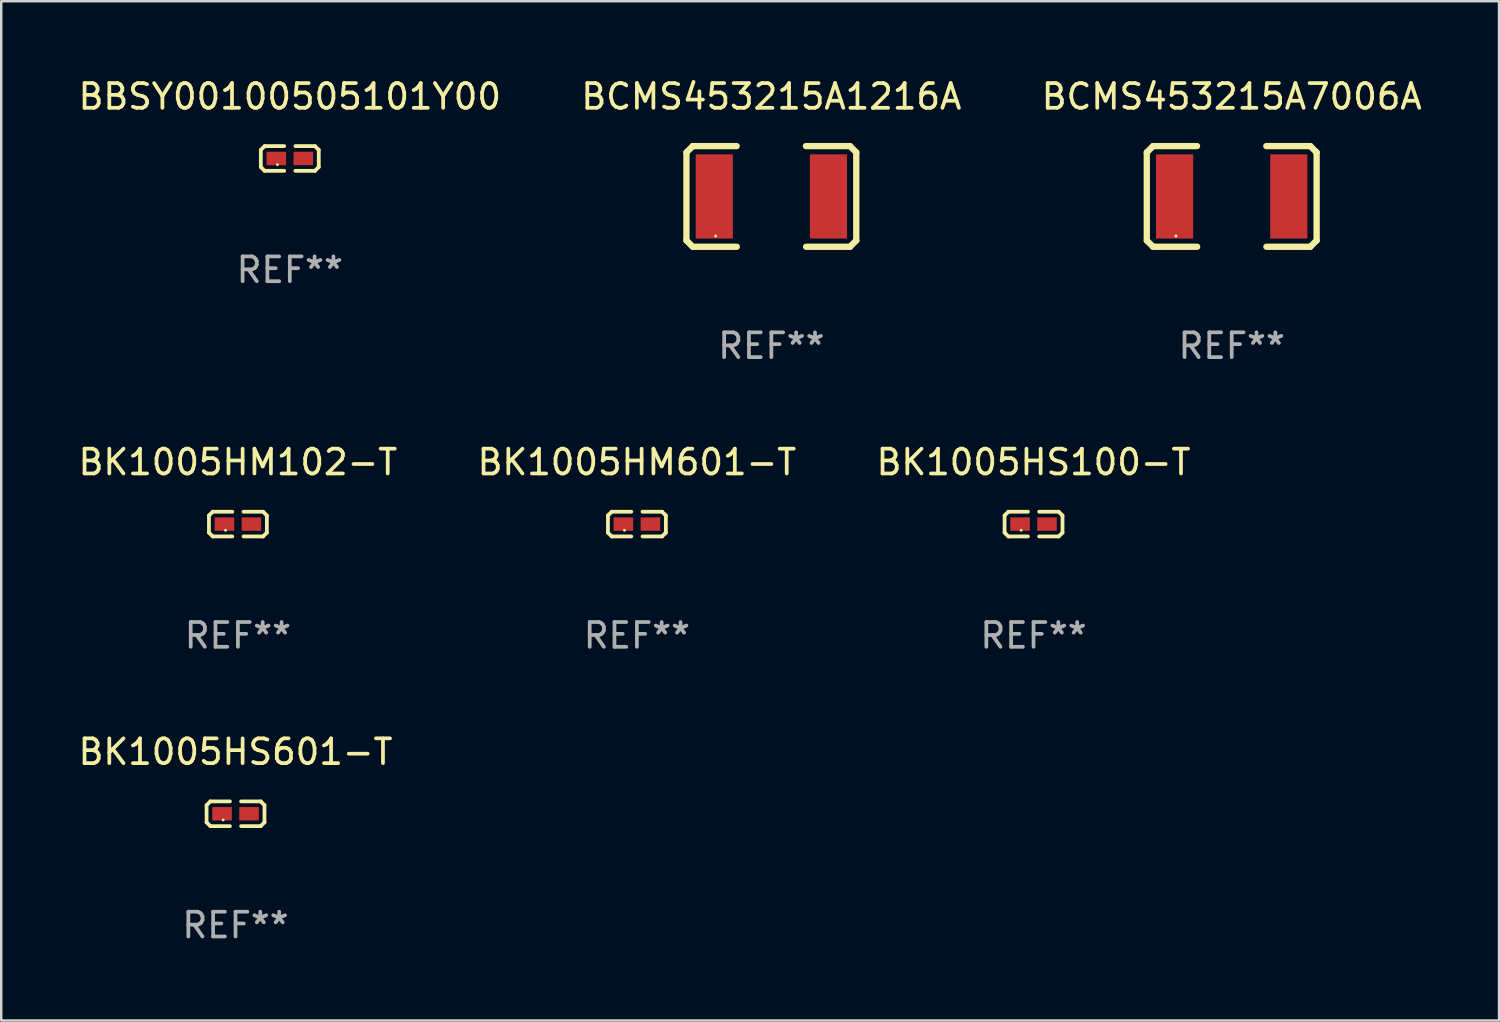
<source format=kicad_pcb>
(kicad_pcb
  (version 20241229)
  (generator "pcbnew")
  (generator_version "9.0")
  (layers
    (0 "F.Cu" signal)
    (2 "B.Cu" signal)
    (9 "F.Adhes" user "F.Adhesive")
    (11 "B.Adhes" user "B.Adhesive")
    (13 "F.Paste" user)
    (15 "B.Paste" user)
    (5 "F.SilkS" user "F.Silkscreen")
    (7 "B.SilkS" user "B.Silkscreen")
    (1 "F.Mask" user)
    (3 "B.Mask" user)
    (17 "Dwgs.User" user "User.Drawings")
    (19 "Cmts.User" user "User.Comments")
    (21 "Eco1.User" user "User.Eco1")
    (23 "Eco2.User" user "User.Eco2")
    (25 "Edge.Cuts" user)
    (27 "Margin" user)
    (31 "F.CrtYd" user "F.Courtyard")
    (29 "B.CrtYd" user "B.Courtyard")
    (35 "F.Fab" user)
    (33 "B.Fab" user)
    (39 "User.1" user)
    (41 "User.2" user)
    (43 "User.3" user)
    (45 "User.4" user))
  (footprint "BCMS453215A7006A"
    (layer "F.Cu")
    (at 46.673 4.88)
    (property "Reference" "BCMS453215A7006A" (at 0 -4.032 0) (layer "F.SilkS") (effects (font (size 1 1) (thickness 0.15))))
    (attr through_hole)
    (fp_line (start -3.428 -1.778) (end -3.174 -2.032) (stroke (width 0.254) (type solid)) (layer "F.SilkS"))
    (fp_line (start -3.428 1.778) (end -3.428 -1.778) (stroke (width 0.254) (type solid)) (layer "F.SilkS"))
    (fp_line (start -3.174 -2.032) (end -1.401 -2.032) (stroke (width 0.254) (type solid)) (layer "F.SilkS"))
    (fp_line (start -3.174 2.032) (end -3.428 1.778) (stroke (width 0.254) (type solid)) (layer "F.SilkS"))
    (fp_line (start -1.396 2.032) (end -3.174 2.032) (stroke (width 0.254) (type solid)) (layer "F.SilkS"))
    (fp_line (start 1.396 -2.032) (end 3.174 -2.032) (stroke (width 0.254) (type solid)) (layer "F.SilkS"))
    (fp_line (start 3.174 -2.032) (end 3.428 -1.778) (stroke (width 0.254) (type solid)) (layer "F.SilkS"))
    (fp_line (start 3.174 2.032) (end 1.401 2.032) (stroke (width 0.254) (type solid)) (layer "F.SilkS"))
    (fp_line (start 3.428 -1.778) (end 3.428 1.778) (stroke (width 0.254) (type solid)) (layer "F.SilkS"))
    (fp_line (start 3.428 1.778) (end 3.174 2.032) (stroke (width 0.254) (type solid)) (layer "F.SilkS"))
    (fp_circle (center -2.25 1.6) (end -2.22 1.6) (stroke (width 0.06) (type solid)) (fill no) (layer "F.SilkS"))
    (fp_text user "REF**" (at 0 6.032 0) (layer "F.Fab") (effects (font (size 1 1) (thickness 0.15))))
    (pad "1" smd rect (at -2.305 0) (size 1.5 3.4) (layers "F.Cu" "F.Mask" "F.Paste"))
    (pad "2" smd rect (at 2.305 0) (size 1.5 3.4) (layers "F.Cu" "F.Mask" "F.Paste")))
  (footprint "BCMS453215A1216A"
    (layer "F.Cu")
    (at 28.089 4.88)
    (property "Reference" "BCMS453215A1216A" (at 0 -4.032 0) (layer "F.SilkS") (effects (font (size 1 1) (thickness 0.15))))
    (attr through_hole)
    (fp_line (start -3.428 -1.778) (end -3.174 -2.032) (stroke (width 0.254) (type solid)) (layer "F.SilkS"))
    (fp_line (start -3.428 1.778) (end -3.428 -1.778) (stroke (width 0.254) (type solid)) (layer "F.SilkS"))
    (fp_line (start -3.174 -2.032) (end -1.401 -2.032) (stroke (width 0.254) (type solid)) (layer "F.SilkS"))
    (fp_line (start -3.174 2.032) (end -3.428 1.778) (stroke (width 0.254) (type solid)) (layer "F.SilkS"))
    (fp_line (start -1.396 2.032) (end -3.174 2.032) (stroke (width 0.254) (type solid)) (layer "F.SilkS"))
    (fp_line (start 1.396 -2.032) (end 3.174 -2.032) (stroke (width 0.254) (type solid)) (layer "F.SilkS"))
    (fp_line (start 3.174 -2.032) (end 3.428 -1.778) (stroke (width 0.254) (type solid)) (layer "F.SilkS"))
    (fp_line (start 3.174 2.032) (end 1.401 2.032) (stroke (width 0.254) (type solid)) (layer "F.SilkS"))
    (fp_line (start 3.428 -1.778) (end 3.428 1.778) (stroke (width 0.254) (type solid)) (layer "F.SilkS"))
    (fp_line (start 3.428 1.778) (end 3.174 2.032) (stroke (width 0.254) (type solid)) (layer "F.SilkS"))
    (fp_circle (center -2.25 1.6) (end -2.22 1.6) (stroke (width 0.06) (type solid)) (fill no) (layer "F.SilkS"))
    (fp_text user "REF**" (at 0 6.032 0) (layer "F.Fab") (effects (font (size 1 1) (thickness 0.15))))
    (pad "1" smd rect (at -2.305 0) (size 1.5 3.4) (layers "F.Cu" "F.Mask" "F.Paste"))
    (pad "2" smd rect (at 2.305 0) (size 1.5 3.4) (layers "F.Cu" "F.Mask" "F.Paste")))
  (footprint "BK1005HS100-T"
    (layer "F.Cu")
    (at 38.673 18.107)
    (property "Reference" "BK1005HS100-T" (at 0 -2.499 0) (layer "F.SilkS") (effects (font (size 1 1) (thickness 0.15))))
    (attr through_hole)
    (fp_line (start -1.169 -0.346) (end -1.016 -0.499) (stroke (width 0.152) (type solid)) (layer "F.SilkS"))
    (fp_line (start -1.169 0.346) (end -1.169 -0.346) (stroke (width 0.152) (type solid)) (layer "F.SilkS"))
    (fp_line (start -1.016 -0.499) (end -0.226 -0.499) (stroke (width 0.152) (type solid)) (layer "F.SilkS"))
    (fp_line (start -1.016 0.499) (end -1.169 0.346) (stroke (width 0.152) (type solid)) (layer "F.SilkS"))
    (fp_line (start -0.226 0.499) (end -1.016 0.499) (stroke (width 0.152) (type solid)) (layer "F.SilkS"))
    (fp_line (start 0.226 0.499) (end 1.016 0.499) (stroke (width 0.152) (type solid)) (layer "F.SilkS"))
    (fp_line (start 1.016 -0.499) (end 0.226 -0.499) (stroke (width 0.152) (type solid)) (layer "F.SilkS"))
    (fp_line (start 1.016 0.499) (end 1.169 0.346) (stroke (width 0.152) (type solid)) (layer "F.SilkS"))
    (fp_line (start 1.169 -0.346) (end 1.016 -0.499) (stroke (width 0.152) (type solid)) (layer "F.SilkS"))
    (fp_line (start 1.169 0.346) (end 1.169 -0.346) (stroke (width 0.152) (type solid)) (layer "F.SilkS"))
    (fp_circle (center -0.5 0.25) (end -0.47 0.25) (stroke (width 0.06) (type solid)) (fill no) (layer "F.SilkS"))
    (fp_text user "REF**" (at 0 4.499 0) (layer "F.Fab") (effects (font (size 1 1) (thickness 0.15))))
    (pad "1" smd rect (at -0.545 0) (size 0.79 0.54) (layers "F.Cu" "F.Mask" "F.Paste"))
    (pad "2" smd rect (at 0.545 0) (size 0.79 0.54) (layers "F.Cu" "F.Mask" "F.Paste")))
  (footprint "BK1005HS601-T"
    (layer "F.Cu")
    (at 6.458 29.801)
    (property "Reference" "BK1005HS601-T" (at 0 -2.499 0) (layer "F.SilkS") (effects (font (size 1 1) (thickness 0.15))))
    (attr through_hole)
    (fp_line (start -1.169 -0.346) (end -1.016 -0.499) (stroke (width 0.152) (type solid)) (layer "F.SilkS"))
    (fp_line (start -1.169 0.346) (end -1.169 -0.346) (stroke (width 0.152) (type solid)) (layer "F.SilkS"))
    (fp_line (start -1.016 -0.499) (end -0.226 -0.499) (stroke (width 0.152) (type solid)) (layer "F.SilkS"))
    (fp_line (start -1.016 0.499) (end -1.169 0.346) (stroke (width 0.152) (type solid)) (layer "F.SilkS"))
    (fp_line (start -0.226 0.499) (end -1.016 0.499) (stroke (width 0.152) (type solid)) (layer "F.SilkS"))
    (fp_line (start 0.226 0.499) (end 1.016 0.499) (stroke (width 0.152) (type solid)) (layer "F.SilkS"))
    (fp_line (start 1.016 -0.499) (end 0.226 -0.499) (stroke (width 0.152) (type solid)) (layer "F.SilkS"))
    (fp_line (start 1.016 0.499) (end 1.169 0.346) (stroke (width 0.152) (type solid)) (layer "F.SilkS"))
    (fp_line (start 1.169 -0.346) (end 1.016 -0.499) (stroke (width 0.152) (type solid)) (layer "F.SilkS"))
    (fp_line (start 1.169 0.346) (end 1.169 -0.346) (stroke (width 0.152) (type solid)) (layer "F.SilkS"))
    (fp_circle (center -0.5 0.25) (end -0.47 0.25) (stroke (width 0.06) (type solid)) (fill no) (layer "F.SilkS"))
    (fp_text user "REF**" (at 0 4.499 0) (layer "F.Fab") (effects (font (size 1 1) (thickness 0.15))))
    (pad "1" smd rect (at -0.545 0) (size 0.79 0.54) (layers "F.Cu" "F.Mask" "F.Paste"))
    (pad "2" smd rect (at 0.545 0) (size 0.79 0.54) (layers "F.Cu" "F.Mask" "F.Paste")))
  (footprint "BK1005HM102-T"
    (layer "F.Cu")
    (at 6.554 18.107)
    (property "Reference" "BK1005HM102-T" (at 0 -2.499 0) (layer "F.SilkS") (effects (font (size 1 1) (thickness 0.15))))
    (attr through_hole)
    (fp_line (start -1.169 -0.346) (end -1.016 -0.499) (stroke (width 0.152) (type solid)) (layer "F.SilkS"))
    (fp_line (start -1.169 0.346) (end -1.169 -0.346) (stroke (width 0.152) (type solid)) (layer "F.SilkS"))
    (fp_line (start -1.016 -0.499) (end -0.226 -0.499) (stroke (width 0.152) (type solid)) (layer "F.SilkS"))
    (fp_line (start -1.016 0.499) (end -1.169 0.346) (stroke (width 0.152) (type solid)) (layer "F.SilkS"))
    (fp_line (start -0.226 0.499) (end -1.016 0.499) (stroke (width 0.152) (type solid)) (layer "F.SilkS"))
    (fp_line (start 0.226 0.499) (end 1.016 0.499) (stroke (width 0.152) (type solid)) (layer "F.SilkS"))
    (fp_line (start 1.016 -0.499) (end 0.226 -0.499) (stroke (width 0.152) (type solid)) (layer "F.SilkS"))
    (fp_line (start 1.016 0.499) (end 1.169 0.346) (stroke (width 0.152) (type solid)) (layer "F.SilkS"))
    (fp_line (start 1.169 -0.346) (end 1.016 -0.499) (stroke (width 0.152) (type solid)) (layer "F.SilkS"))
    (fp_line (start 1.169 0.346) (end 1.169 -0.346) (stroke (width 0.152) (type solid)) (layer "F.SilkS"))
    (fp_circle (center -0.5 0.25) (end -0.47 0.25) (stroke (width 0.06) (type solid)) (fill no) (layer "F.SilkS"))
    (fp_text user "REF**" (at 0 4.499 0) (layer "F.Fab") (effects (font (size 1 1) (thickness 0.15))))
    (pad "1" smd rect (at -0.545 0) (size 0.79 0.54) (layers "F.Cu" "F.Mask" "F.Paste"))
    (pad "2" smd rect (at 0.545 0) (size 0.79 0.54) (layers "F.Cu" "F.Mask" "F.Paste")))
  (footprint "BBSY00100505101Y00"
    (layer "F.Cu")
    (at 8.649 3.347)
    (property "Reference" "BBSY00100505101Y00" (at 0 -2.499 0) (layer "F.SilkS") (effects (font (size 1 1) (thickness 0.15))))
    (attr through_hole)
    (fp_line (start -1.169 -0.346) (end -1.016 -0.499) (stroke (width 0.152) (type solid)) (layer "F.SilkS"))
    (fp_line (start -1.169 0.346) (end -1.169 -0.346) (stroke (width 0.152) (type solid)) (layer "F.SilkS"))
    (fp_line (start -1.016 -0.499) (end -0.226 -0.499) (stroke (width 0.152) (type solid)) (layer "F.SilkS"))
    (fp_line (start -1.016 0.499) (end -1.169 0.346) (stroke (width 0.152) (type solid)) (layer "F.SilkS"))
    (fp_line (start -0.226 0.499) (end -1.016 0.499) (stroke (width 0.152) (type solid)) (layer "F.SilkS"))
    (fp_line (start 0.226 0.499) (end 1.016 0.499) (stroke (width 0.152) (type solid)) (layer "F.SilkS"))
    (fp_line (start 1.016 -0.499) (end 0.226 -0.499) (stroke (width 0.152) (type solid)) (layer "F.SilkS"))
    (fp_line (start 1.016 0.499) (end 1.169 0.346) (stroke (width 0.152) (type solid)) (layer "F.SilkS"))
    (fp_line (start 1.169 -0.346) (end 1.016 -0.499) (stroke (width 0.152) (type solid)) (layer "F.SilkS"))
    (fp_line (start 1.169 0.346) (end 1.169 -0.346) (stroke (width 0.152) (type solid)) (layer "F.SilkS"))
    (fp_circle (center -0.5 0.25) (end -0.47 0.25) (stroke (width 0.06) (type solid)) (fill no) (layer "F.SilkS"))
    (fp_text user "REF**" (at 0 4.499 0) (layer "F.Fab") (effects (font (size 1 1) (thickness 0.15))))
    (pad "1" smd rect (at -0.545 0) (size 0.79 0.54) (layers "F.Cu" "F.Mask" "F.Paste"))
    (pad "2" smd rect (at 0.545 0) (size 0.79 0.54) (layers "F.Cu" "F.Mask" "F.Paste")))
  (footprint "BK1005HM601-T"
    (layer "F.Cu")
    (at 22.661 18.107)
    (property "Reference" "BK1005HM601-T" (at 0 -2.499 0) (layer "F.SilkS") (effects (font (size 1 1) (thickness 0.15))))
    (attr through_hole)
    (fp_line (start -1.169 -0.346) (end -1.016 -0.499) (stroke (width 0.152) (type solid)) (layer "F.SilkS"))
    (fp_line (start -1.169 0.346) (end -1.169 -0.346) (stroke (width 0.152) (type solid)) (layer "F.SilkS"))
    (fp_line (start -1.016 -0.499) (end -0.226 -0.499) (stroke (width 0.152) (type solid)) (layer "F.SilkS"))
    (fp_line (start -1.016 0.499) (end -1.169 0.346) (stroke (width 0.152) (type solid)) (layer "F.SilkS"))
    (fp_line (start -0.226 0.499) (end -1.016 0.499) (stroke (width 0.152) (type solid)) (layer "F.SilkS"))
    (fp_line (start 0.226 0.499) (end 1.016 0.499) (stroke (width 0.152) (type solid)) (layer "F.SilkS"))
    (fp_line (start 1.016 -0.499) (end 0.226 -0.499) (stroke (width 0.152) (type solid)) (layer "F.SilkS"))
    (fp_line (start 1.016 0.499) (end 1.169 0.346) (stroke (width 0.152) (type solid)) (layer "F.SilkS"))
    (fp_line (start 1.169 -0.346) (end 1.016 -0.499) (stroke (width 0.152) (type solid)) (layer "F.SilkS"))
    (fp_line (start 1.169 0.346) (end 1.169 -0.346) (stroke (width 0.152) (type solid)) (layer "F.SilkS"))
    (fp_circle (center -0.5 0.25) (end -0.47 0.25) (stroke (width 0.06) (type solid)) (fill no) (layer "F.SilkS"))
    (fp_text user "REF**" (at 0 4.499 0) (layer "F.Fab") (effects (font (size 1 1) (thickness 0.15))))
    (pad "1" smd rect (at -0.545 0) (size 0.79 0.54) (layers "F.Cu" "F.Mask" "F.Paste"))
    (pad "2" smd rect (at 0.545 0) (size 0.79 0.54) (layers "F.Cu" "F.Mask" "F.Paste")))
  (gr_rect
    (start -3 -3)
    (end 57.464 38.148)
    (stroke (width 0.1) (type default))
    (fill no)
    (layer "Edge.Cuts")))
</source>
